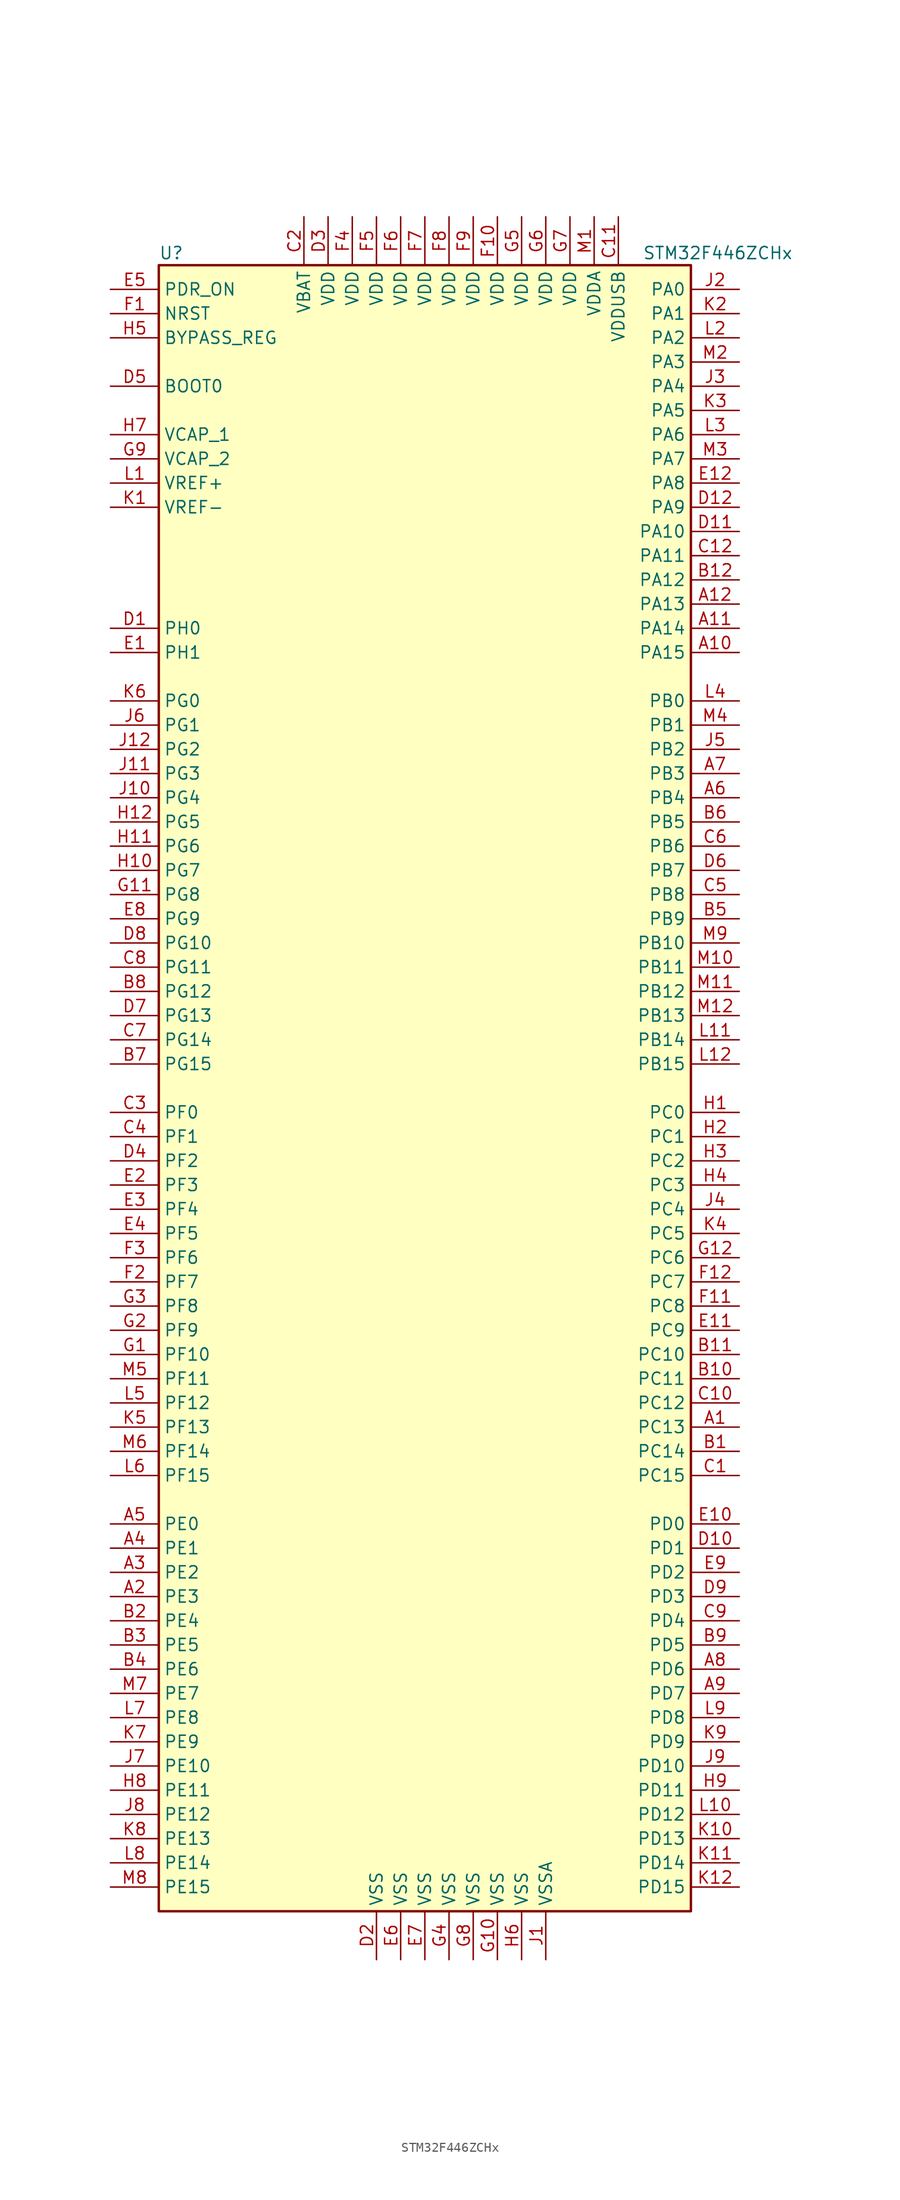
<source format=kicad_sym>
(kicad_symbol_lib
  (version 20201005)
  (generator kicad_symbol_editor)
  (symbol "MCU_ST_STM32F4:STM32F446ZCHx"
    (property "Reference" "U"
      (at -27.94 87.63 0)
      (effects (font (size 1.27 1.27)) (justify left)))
    (property "Value" "STM32F446ZCHx"
      (at 22.86 87.63 0)
      (effects (font (size 1.27 1.27)) (justify left)))
    (symbol "STM32F446ZCHx_0_1"
      (rectangle (start -27.94 -86.36) (end 27.94 86.36) (stroke (width 0.254)) (fill (type background))))
    (symbol "STM32F446ZCHx_1_1"
      (pin input line (at -33.02 73.66 0) (length 5.08) (name "BOOT0" (effects (font (size 1.27 1.27)))) (number "D5" (effects (font (size 1.27 1.27)))))
      (pin input line (at -33.02 78.74 0) (length 5.08) (name "BYPASS_REG" (effects (font (size 1.27 1.27)))) (number "H5" (effects (font (size 1.27 1.27)))))
      (pin input line (at -33.02 81.28 0) (length 5.08) (name "NRST" (effects (font (size 1.27 1.27)))) (number "F1" (effects (font (size 1.27 1.27)))))
      (pin bidirectional line (at 33.02 83.82 180) (length 5.08) (name "PA0" (effects (font (size 1.27 1.27)))) (number "J2" (effects (font (size 1.27 1.27)))))
      (pin bidirectional line (at 33.02 81.28 180) (length 5.08) (name "PA1" (effects (font (size 1.27 1.27)))) (number "K2" (effects (font (size 1.27 1.27)))))
      (pin bidirectional line (at 33.02 58.42 180) (length 5.08) (name "PA10" (effects (font (size 1.27 1.27)))) (number "D11" (effects (font (size 1.27 1.27)))))
      (pin bidirectional line (at 33.02 55.88 180) (length 5.08) (name "PA11" (effects (font (size 1.27 1.27)))) (number "C12" (effects (font (size 1.27 1.27)))))
      (pin bidirectional line (at 33.02 53.34 180) (length 5.08) (name "PA12" (effects (font (size 1.27 1.27)))) (number "B12" (effects (font (size 1.27 1.27)))))
      (pin bidirectional line (at 33.02 50.8 180) (length 5.08) (name "PA13" (effects (font (size 1.27 1.27)))) (number "A12" (effects (font (size 1.27 1.27)))))
      (pin bidirectional line (at 33.02 48.26 180) (length 5.08) (name "PA14" (effects (font (size 1.27 1.27)))) (number "A11" (effects (font (size 1.27 1.27)))))
      (pin bidirectional line (at 33.02 45.72 180) (length 5.08) (name "PA15" (effects (font (size 1.27 1.27)))) (number "A10" (effects (font (size 1.27 1.27)))))
      (pin bidirectional line (at 33.02 78.74 180) (length 5.08) (name "PA2" (effects (font (size 1.27 1.27)))) (number "L2" (effects (font (size 1.27 1.27)))))
      (pin bidirectional line (at 33.02 76.2 180) (length 5.08) (name "PA3" (effects (font (size 1.27 1.27)))) (number "M2" (effects (font (size 1.27 1.27)))))
      (pin bidirectional line (at 33.02 73.66 180) (length 5.08) (name "PA4" (effects (font (size 1.27 1.27)))) (number "J3" (effects (font (size 1.27 1.27)))))
      (pin bidirectional line (at 33.02 71.12 180) (length 5.08) (name "PA5" (effects (font (size 1.27 1.27)))) (number "K3" (effects (font (size 1.27 1.27)))))
      (pin bidirectional line (at 33.02 68.58 180) (length 5.08) (name "PA6" (effects (font (size 1.27 1.27)))) (number "L3" (effects (font (size 1.27 1.27)))))
      (pin bidirectional line (at 33.02 66.04 180) (length 5.08) (name "PA7" (effects (font (size 1.27 1.27)))) (number "M3" (effects (font (size 1.27 1.27)))))
      (pin bidirectional line (at 33.02 63.5 180) (length 5.08) (name "PA8" (effects (font (size 1.27 1.27)))) (number "E12" (effects (font (size 1.27 1.27)))))
      (pin bidirectional line (at 33.02 60.96 180) (length 5.08) (name "PA9" (effects (font (size 1.27 1.27)))) (number "D12" (effects (font (size 1.27 1.27)))))
      (pin bidirectional line (at 33.02 40.64 180) (length 5.08) (name "PB0" (effects (font (size 1.27 1.27)))) (number "L4" (effects (font (size 1.27 1.27)))))
      (pin bidirectional line (at 33.02 38.1 180) (length 5.08) (name "PB1" (effects (font (size 1.27 1.27)))) (number "M4" (effects (font (size 1.27 1.27)))))
      (pin bidirectional line (at 33.02 15.24 180) (length 5.08) (name "PB10" (effects (font (size 1.27 1.27)))) (number "M9" (effects (font (size 1.27 1.27)))))
      (pin bidirectional line (at 33.02 12.7 180) (length 5.08) (name "PB11" (effects (font (size 1.27 1.27)))) (number "M10" (effects (font (size 1.27 1.27)))))
      (pin bidirectional line (at 33.02 10.16 180) (length 5.08) (name "PB12" (effects (font (size 1.27 1.27)))) (number "M11" (effects (font (size 1.27 1.27)))))
      (pin bidirectional line (at 33.02 7.62 180) (length 5.08) (name "PB13" (effects (font (size 1.27 1.27)))) (number "M12" (effects (font (size 1.27 1.27)))))
      (pin bidirectional line (at 33.02 5.08 180) (length 5.08) (name "PB14" (effects (font (size 1.27 1.27)))) (number "L11" (effects (font (size 1.27 1.27)))))
      (pin bidirectional line (at 33.02 2.54 180) (length 5.08) (name "PB15" (effects (font (size 1.27 1.27)))) (number "L12" (effects (font (size 1.27 1.27)))))
      (pin bidirectional line (at 33.02 35.56 180) (length 5.08) (name "PB2" (effects (font (size 1.27 1.27)))) (number "J5" (effects (font (size 1.27 1.27)))))
      (pin bidirectional line (at 33.02 33.02 180) (length 5.08) (name "PB3" (effects (font (size 1.27 1.27)))) (number "A7" (effects (font (size 1.27 1.27)))))
      (pin bidirectional line (at 33.02 30.48 180) (length 5.08) (name "PB4" (effects (font (size 1.27 1.27)))) (number "A6" (effects (font (size 1.27 1.27)))))
      (pin bidirectional line (at 33.02 27.94 180) (length 5.08) (name "PB5" (effects (font (size 1.27 1.27)))) (number "B6" (effects (font (size 1.27 1.27)))))
      (pin bidirectional line (at 33.02 25.4 180) (length 5.08) (name "PB6" (effects (font (size 1.27 1.27)))) (number "C6" (effects (font (size 1.27 1.27)))))
      (pin bidirectional line (at 33.02 22.86 180) (length 5.08) (name "PB7" (effects (font (size 1.27 1.27)))) (number "D6" (effects (font (size 1.27 1.27)))))
      (pin bidirectional line (at 33.02 20.32 180) (length 5.08) (name "PB8" (effects (font (size 1.27 1.27)))) (number "C5" (effects (font (size 1.27 1.27)))))
      (pin bidirectional line (at 33.02 17.78 180) (length 5.08) (name "PB9" (effects (font (size 1.27 1.27)))) (number "B5" (effects (font (size 1.27 1.27)))))
      (pin bidirectional line (at 33.02 -2.54 180) (length 5.08) (name "PC0" (effects (font (size 1.27 1.27)))) (number "H1" (effects (font (size 1.27 1.27)))))
      (pin bidirectional line (at 33.02 -5.08 180) (length 5.08) (name "PC1" (effects (font (size 1.27 1.27)))) (number "H2" (effects (font (size 1.27 1.27)))))
      (pin bidirectional line (at 33.02 -27.94 180) (length 5.08) (name "PC10" (effects (font (size 1.27 1.27)))) (number "B11" (effects (font (size 1.27 1.27)))))
      (pin bidirectional line (at 33.02 -30.48 180) (length 5.08) (name "PC11" (effects (font (size 1.27 1.27)))) (number "B10" (effects (font (size 1.27 1.27)))))
      (pin bidirectional line (at 33.02 -33.02 180) (length 5.08) (name "PC12" (effects (font (size 1.27 1.27)))) (number "C10" (effects (font (size 1.27 1.27)))))
      (pin bidirectional line (at 33.02 -35.56 180) (length 5.08) (name "PC13" (effects (font (size 1.27 1.27)))) (number "A1" (effects (font (size 1.27 1.27)))))
      (pin bidirectional line (at 33.02 -38.1 180) (length 5.08) (name "PC14" (effects (font (size 1.27 1.27)))) (number "B1" (effects (font (size 1.27 1.27)))))
      (pin bidirectional line (at 33.02 -40.64 180) (length 5.08) (name "PC15" (effects (font (size 1.27 1.27)))) (number "C1" (effects (font (size 1.27 1.27)))))
      (pin bidirectional line (at 33.02 -7.62 180) (length 5.08) (name "PC2" (effects (font (size 1.27 1.27)))) (number "H3" (effects (font (size 1.27 1.27)))))
      (pin bidirectional line (at 33.02 -10.16 180) (length 5.08) (name "PC3" (effects (font (size 1.27 1.27)))) (number "H4" (effects (font (size 1.27 1.27)))))
      (pin bidirectional line (at 33.02 -12.7 180) (length 5.08) (name "PC4" (effects (font (size 1.27 1.27)))) (number "J4" (effects (font (size 1.27 1.27)))))
      (pin bidirectional line (at 33.02 -15.24 180) (length 5.08) (name "PC5" (effects (font (size 1.27 1.27)))) (number "K4" (effects (font (size 1.27 1.27)))))
      (pin bidirectional line (at 33.02 -17.78 180) (length 5.08) (name "PC6" (effects (font (size 1.27 1.27)))) (number "G12" (effects (font (size 1.27 1.27)))))
      (pin bidirectional line (at 33.02 -20.32 180) (length 5.08) (name "PC7" (effects (font (size 1.27 1.27)))) (number "F12" (effects (font (size 1.27 1.27)))))
      (pin bidirectional line (at 33.02 -22.86 180) (length 5.08) (name "PC8" (effects (font (size 1.27 1.27)))) (number "F11" (effects (font (size 1.27 1.27)))))
      (pin bidirectional line (at 33.02 -25.4 180) (length 5.08) (name "PC9" (effects (font (size 1.27 1.27)))) (number "E11" (effects (font (size 1.27 1.27)))))
      (pin bidirectional line (at 33.02 -45.72 180) (length 5.08) (name "PD0" (effects (font (size 1.27 1.27)))) (number "E10" (effects (font (size 1.27 1.27)))))
      (pin bidirectional line (at 33.02 -48.26 180) (length 5.08) (name "PD1" (effects (font (size 1.27 1.27)))) (number "D10" (effects (font (size 1.27 1.27)))))
      (pin bidirectional line (at 33.02 -71.12 180) (length 5.08) (name "PD10" (effects (font (size 1.27 1.27)))) (number "J9" (effects (font (size 1.27 1.27)))))
      (pin bidirectional line (at 33.02 -73.66 180) (length 5.08) (name "PD11" (effects (font (size 1.27 1.27)))) (number "H9" (effects (font (size 1.27 1.27)))))
      (pin bidirectional line (at 33.02 -76.2 180) (length 5.08) (name "PD12" (effects (font (size 1.27 1.27)))) (number "L10" (effects (font (size 1.27 1.27)))))
      (pin bidirectional line (at 33.02 -78.74 180) (length 5.08) (name "PD13" (effects (font (size 1.27 1.27)))) (number "K10" (effects (font (size 1.27 1.27)))))
      (pin bidirectional line (at 33.02 -81.28 180) (length 5.08) (name "PD14" (effects (font (size 1.27 1.27)))) (number "K11" (effects (font (size 1.27 1.27)))))
      (pin bidirectional line (at 33.02 -83.82 180) (length 5.08) (name "PD15" (effects (font (size 1.27 1.27)))) (number "K12" (effects (font (size 1.27 1.27)))))
      (pin bidirectional line (at 33.02 -50.8 180) (length 5.08) (name "PD2" (effects (font (size 1.27 1.27)))) (number "E9" (effects (font (size 1.27 1.27)))))
      (pin bidirectional line (at 33.02 -53.34 180) (length 5.08) (name "PD3" (effects (font (size 1.27 1.27)))) (number "D9" (effects (font (size 1.27 1.27)))))
      (pin bidirectional line (at 33.02 -55.88 180) (length 5.08) (name "PD4" (effects (font (size 1.27 1.27)))) (number "C9" (effects (font (size 1.27 1.27)))))
      (pin bidirectional line (at 33.02 -58.42 180) (length 5.08) (name "PD5" (effects (font (size 1.27 1.27)))) (number "B9" (effects (font (size 1.27 1.27)))))
      (pin bidirectional line (at 33.02 -60.96 180) (length 5.08) (name "PD6" (effects (font (size 1.27 1.27)))) (number "A8" (effects (font (size 1.27 1.27)))))
      (pin bidirectional line (at 33.02 -63.5 180) (length 5.08) (name "PD7" (effects (font (size 1.27 1.27)))) (number "A9" (effects (font (size 1.27 1.27)))))
      (pin bidirectional line (at 33.02 -66.04 180) (length 5.08) (name "PD8" (effects (font (size 1.27 1.27)))) (number "L9" (effects (font (size 1.27 1.27)))))
      (pin bidirectional line (at 33.02 -68.58 180) (length 5.08) (name "PD9" (effects (font (size 1.27 1.27)))) (number "K9" (effects (font (size 1.27 1.27)))))
      (pin input line (at -33.02 83.82 0) (length 5.08) (name "PDR_ON" (effects (font (size 1.27 1.27)))) (number "E5" (effects (font (size 1.27 1.27)))))
      (pin bidirectional line (at -33.02 -45.72 0) (length 5.08) (name "PE0" (effects (font (size 1.27 1.27)))) (number "A5" (effects (font (size 1.27 1.27)))))
      (pin bidirectional line (at -33.02 -48.26 0) (length 5.08) (name "PE1" (effects (font (size 1.27 1.27)))) (number "A4" (effects (font (size 1.27 1.27)))))
      (pin bidirectional line (at -33.02 -71.12 0) (length 5.08) (name "PE10" (effects (font (size 1.27 1.27)))) (number "J7" (effects (font (size 1.27 1.27)))))
      (pin bidirectional line (at -33.02 -73.66 0) (length 5.08) (name "PE11" (effects (font (size 1.27 1.27)))) (number "H8" (effects (font (size 1.27 1.27)))))
      (pin bidirectional line (at -33.02 -76.2 0) (length 5.08) (name "PE12" (effects (font (size 1.27 1.27)))) (number "J8" (effects (font (size 1.27 1.27)))))
      (pin bidirectional line (at -33.02 -78.74 0) (length 5.08) (name "PE13" (effects (font (size 1.27 1.27)))) (number "K8" (effects (font (size 1.27 1.27)))))
      (pin bidirectional line (at -33.02 -81.28 0) (length 5.08) (name "PE14" (effects (font (size 1.27 1.27)))) (number "L8" (effects (font (size 1.27 1.27)))))
      (pin bidirectional line (at -33.02 -83.82 0) (length 5.08) (name "PE15" (effects (font (size 1.27 1.27)))) (number "M8" (effects (font (size 1.27 1.27)))))
      (pin bidirectional line (at -33.02 -50.8 0) (length 5.08) (name "PE2" (effects (font (size 1.27 1.27)))) (number "A3" (effects (font (size 1.27 1.27)))))
      (pin bidirectional line (at -33.02 -53.34 0) (length 5.08) (name "PE3" (effects (font (size 1.27 1.27)))) (number "A2" (effects (font (size 1.27 1.27)))))
      (pin bidirectional line (at -33.02 -55.88 0) (length 5.08) (name "PE4" (effects (font (size 1.27 1.27)))) (number "B2" (effects (font (size 1.27 1.27)))))
      (pin bidirectional line (at -33.02 -58.42 0) (length 5.08) (name "PE5" (effects (font (size 1.27 1.27)))) (number "B3" (effects (font (size 1.27 1.27)))))
      (pin bidirectional line (at -33.02 -60.96 0) (length 5.08) (name "PE6" (effects (font (size 1.27 1.27)))) (number "B4" (effects (font (size 1.27 1.27)))))
      (pin bidirectional line (at -33.02 -63.5 0) (length 5.08) (name "PE7" (effects (font (size 1.27 1.27)))) (number "M7" (effects (font (size 1.27 1.27)))))
      (pin bidirectional line (at -33.02 -66.04 0) (length 5.08) (name "PE8" (effects (font (size 1.27 1.27)))) (number "L7" (effects (font (size 1.27 1.27)))))
      (pin bidirectional line (at -33.02 -68.58 0) (length 5.08) (name "PE9" (effects (font (size 1.27 1.27)))) (number "K7" (effects (font (size 1.27 1.27)))))
      (pin bidirectional line (at -33.02 -2.54 0) (length 5.08) (name "PF0" (effects (font (size 1.27 1.27)))) (number "C3" (effects (font (size 1.27 1.27)))))
      (pin bidirectional line (at -33.02 -5.08 0) (length 5.08) (name "PF1" (effects (font (size 1.27 1.27)))) (number "C4" (effects (font (size 1.27 1.27)))))
      (pin bidirectional line (at -33.02 -27.94 0) (length 5.08) (name "PF10" (effects (font (size 1.27 1.27)))) (number "G1" (effects (font (size 1.27 1.27)))))
      (pin bidirectional line (at -33.02 -30.48 0) (length 5.08) (name "PF11" (effects (font (size 1.27 1.27)))) (number "M5" (effects (font (size 1.27 1.27)))))
      (pin bidirectional line (at -33.02 -33.02 0) (length 5.08) (name "PF12" (effects (font (size 1.27 1.27)))) (number "L5" (effects (font (size 1.27 1.27)))))
      (pin bidirectional line (at -33.02 -35.56 0) (length 5.08) (name "PF13" (effects (font (size 1.27 1.27)))) (number "K5" (effects (font (size 1.27 1.27)))))
      (pin bidirectional line (at -33.02 -38.1 0) (length 5.08) (name "PF14" (effects (font (size 1.27 1.27)))) (number "M6" (effects (font (size 1.27 1.27)))))
      (pin bidirectional line (at -33.02 -40.64 0) (length 5.08) (name "PF15" (effects (font (size 1.27 1.27)))) (number "L6" (effects (font (size 1.27 1.27)))))
      (pin bidirectional line (at -33.02 -7.62 0) (length 5.08) (name "PF2" (effects (font (size 1.27 1.27)))) (number "D4" (effects (font (size 1.27 1.27)))))
      (pin bidirectional line (at -33.02 -10.16 0) (length 5.08) (name "PF3" (effects (font (size 1.27 1.27)))) (number "E2" (effects (font (size 1.27 1.27)))))
      (pin bidirectional line (at -33.02 -12.7 0) (length 5.08) (name "PF4" (effects (font (size 1.27 1.27)))) (number "E3" (effects (font (size 1.27 1.27)))))
      (pin bidirectional line (at -33.02 -15.24 0) (length 5.08) (name "PF5" (effects (font (size 1.27 1.27)))) (number "E4" (effects (font (size 1.27 1.27)))))
      (pin bidirectional line (at -33.02 -17.78 0) (length 5.08) (name "PF6" (effects (font (size 1.27 1.27)))) (number "F3" (effects (font (size 1.27 1.27)))))
      (pin bidirectional line (at -33.02 -20.32 0) (length 5.08) (name "PF7" (effects (font (size 1.27 1.27)))) (number "F2" (effects (font (size 1.27 1.27)))))
      (pin bidirectional line (at -33.02 -22.86 0) (length 5.08) (name "PF8" (effects (font (size 1.27 1.27)))) (number "G3" (effects (font (size 1.27 1.27)))))
      (pin bidirectional line (at -33.02 -25.4 0) (length 5.08) (name "PF9" (effects (font (size 1.27 1.27)))) (number "G2" (effects (font (size 1.27 1.27)))))
      (pin bidirectional line (at -33.02 40.64 0) (length 5.08) (name "PG0" (effects (font (size 1.27 1.27)))) (number "K6" (effects (font (size 1.27 1.27)))))
      (pin bidirectional line (at -33.02 38.1 0) (length 5.08) (name "PG1" (effects (font (size 1.27 1.27)))) (number "J6" (effects (font (size 1.27 1.27)))))
      (pin bidirectional line (at -33.02 15.24 0) (length 5.08) (name "PG10" (effects (font (size 1.27 1.27)))) (number "D8" (effects (font (size 1.27 1.27)))))
      (pin bidirectional line (at -33.02 12.7 0) (length 5.08) (name "PG11" (effects (font (size 1.27 1.27)))) (number "C8" (effects (font (size 1.27 1.27)))))
      (pin bidirectional line (at -33.02 10.16 0) (length 5.08) (name "PG12" (effects (font (size 1.27 1.27)))) (number "B8" (effects (font (size 1.27 1.27)))))
      (pin bidirectional line (at -33.02 7.62 0) (length 5.08) (name "PG13" (effects (font (size 1.27 1.27)))) (number "D7" (effects (font (size 1.27 1.27)))))
      (pin bidirectional line (at -33.02 5.08 0) (length 5.08) (name "PG14" (effects (font (size 1.27 1.27)))) (number "C7" (effects (font (size 1.27 1.27)))))
      (pin bidirectional line (at -33.02 2.54 0) (length 5.08) (name "PG15" (effects (font (size 1.27 1.27)))) (number "B7" (effects (font (size 1.27 1.27)))))
      (pin bidirectional line (at -33.02 35.56 0) (length 5.08) (name "PG2" (effects (font (size 1.27 1.27)))) (number "J12" (effects (font (size 1.27 1.27)))))
      (pin bidirectional line (at -33.02 33.02 0) (length 5.08) (name "PG3" (effects (font (size 1.27 1.27)))) (number "J11" (effects (font (size 1.27 1.27)))))
      (pin bidirectional line (at -33.02 30.48 0) (length 5.08) (name "PG4" (effects (font (size 1.27 1.27)))) (number "J10" (effects (font (size 1.27 1.27)))))
      (pin bidirectional line (at -33.02 27.94 0) (length 5.08) (name "PG5" (effects (font (size 1.27 1.27)))) (number "H12" (effects (font (size 1.27 1.27)))))
      (pin bidirectional line (at -33.02 25.4 0) (length 5.08) (name "PG6" (effects (font (size 1.27 1.27)))) (number "H11" (effects (font (size 1.27 1.27)))))
      (pin bidirectional line (at -33.02 22.86 0) (length 5.08) (name "PG7" (effects (font (size 1.27 1.27)))) (number "H10" (effects (font (size 1.27 1.27)))))
      (pin bidirectional line (at -33.02 20.32 0) (length 5.08) (name "PG8" (effects (font (size 1.27 1.27)))) (number "G11" (effects (font (size 1.27 1.27)))))
      (pin bidirectional line (at -33.02 17.78 0) (length 5.08) (name "PG9" (effects (font (size 1.27 1.27)))) (number "E8" (effects (font (size 1.27 1.27)))))
      (pin input line (at -33.02 48.26 0) (length 5.08) (name "PH0" (effects (font (size 1.27 1.27)))) (number "D1" (effects (font (size 1.27 1.27)))))
      (pin input line (at -33.02 45.72 0) (length 5.08) (name "PH1" (effects (font (size 1.27 1.27)))) (number "E1" (effects (font (size 1.27 1.27)))))
      (pin power_in line (at -12.7 91.44 270) (length 5.08) (name "VBAT" (effects (font (size 1.27 1.27)))) (number "C2" (effects (font (size 1.27 1.27)))))
      (pin power_in line (at -33.02 68.58 0) (length 5.08) (name "VCAP_1" (effects (font (size 1.27 1.27)))) (number "H7" (effects (font (size 1.27 1.27)))))
      (pin power_in line (at -33.02 66.04 0) (length 5.08) (name "VCAP_2" (effects (font (size 1.27 1.27)))) (number "G9" (effects (font (size 1.27 1.27)))))
      (pin power_in line (at -10.16 91.44 270) (length 5.08) (name "VDD" (effects (font (size 1.27 1.27)))) (number "D3" (effects (font (size 1.27 1.27)))))
      (pin power_in line (at 7.62 91.44 270) (length 5.08) (name "VDD" (effects (font (size 1.27 1.27)))) (number "F10" (effects (font (size 1.27 1.27)))))
      (pin power_in line (at -7.62 91.44 270) (length 5.08) (name "VDD" (effects (font (size 1.27 1.27)))) (number "F4" (effects (font (size 1.27 1.27)))))
      (pin power_in line (at -5.08 91.44 270) (length 5.08) (name "VDD" (effects (font (size 1.27 1.27)))) (number "F5" (effects (font (size 1.27 1.27)))))
      (pin power_in line (at -2.54 91.44 270) (length 5.08) (name "VDD" (effects (font (size 1.27 1.27)))) (number "F6" (effects (font (size 1.27 1.27)))))
      (pin power_in line (at 0 91.44 270) (length 5.08) (name "VDD" (effects (font (size 1.27 1.27)))) (number "F7" (effects (font (size 1.27 1.27)))))
      (pin power_in line (at 2.54 91.44 270) (length 5.08) (name "VDD" (effects (font (size 1.27 1.27)))) (number "F8" (effects (font (size 1.27 1.27)))))
      (pin power_in line (at 5.08 91.44 270) (length 5.08) (name "VDD" (effects (font (size 1.27 1.27)))) (number "F9" (effects (font (size 1.27 1.27)))))
      (pin power_in line (at 10.16 91.44 270) (length 5.08) (name "VDD" (effects (font (size 1.27 1.27)))) (number "G5" (effects (font (size 1.27 1.27)))))
      (pin power_in line (at 12.7 91.44 270) (length 5.08) (name "VDD" (effects (font (size 1.27 1.27)))) (number "G6" (effects (font (size 1.27 1.27)))))
      (pin power_in line (at 15.24 91.44 270) (length 5.08) (name "VDD" (effects (font (size 1.27 1.27)))) (number "G7" (effects (font (size 1.27 1.27)))))
      (pin power_in line (at 17.78 91.44 270) (length 5.08) (name "VDDA" (effects (font (size 1.27 1.27)))) (number "M1" (effects (font (size 1.27 1.27)))))
      (pin power_in line (at 20.32 91.44 270) (length 5.08) (name "VDDUSB" (effects (font (size 1.27 1.27)))) (number "C11" (effects (font (size 1.27 1.27)))))
      (pin power_in line (at -33.02 63.5 0) (length 5.08) (name "VREF+" (effects (font (size 1.27 1.27)))) (number "L1" (effects (font (size 1.27 1.27)))))
      (pin power_in line (at -33.02 60.96 0) (length 5.08) (name "VREF-" (effects (font (size 1.27 1.27)))) (number "K1" (effects (font (size 1.27 1.27)))))
      (pin power_in line (at -5.08 -91.44 90) (length 5.08) (name "VSS" (effects (font (size 1.27 1.27)))) (number "D2" (effects (font (size 1.27 1.27)))))
      (pin power_in line (at -2.54 -91.44 90) (length 5.08) (name "VSS" (effects (font (size 1.27 1.27)))) (number "E6" (effects (font (size 1.27 1.27)))))
      (pin power_in line (at 0 -91.44 90) (length 5.08) (name "VSS" (effects (font (size 1.27 1.27)))) (number "E7" (effects (font (size 1.27 1.27)))))
      (pin power_in line (at 7.62 -91.44 90) (length 5.08) (name "VSS" (effects (font (size 1.27 1.27)))) (number "G10" (effects (font (size 1.27 1.27)))))
      (pin power_in line (at 2.54 -91.44 90) (length 5.08) (name "VSS" (effects (font (size 1.27 1.27)))) (number "G4" (effects (font (size 1.27 1.27)))))
      (pin power_in line (at 5.08 -91.44 90) (length 5.08) (name "VSS" (effects (font (size 1.27 1.27)))) (number "G8" (effects (font (size 1.27 1.27)))))
      (pin power_in line (at 10.16 -91.44 90) (length 5.08) (name "VSS" (effects (font (size 1.27 1.27)))) (number "H6" (effects (font (size 1.27 1.27)))))
      (pin power_in line (at 12.7 -91.44 90) (length 5.08) (name "VSSA" (effects (font (size 1.27 1.27)))) (number "J1" (effects (font (size 1.27 1.27))))))))
</source>
